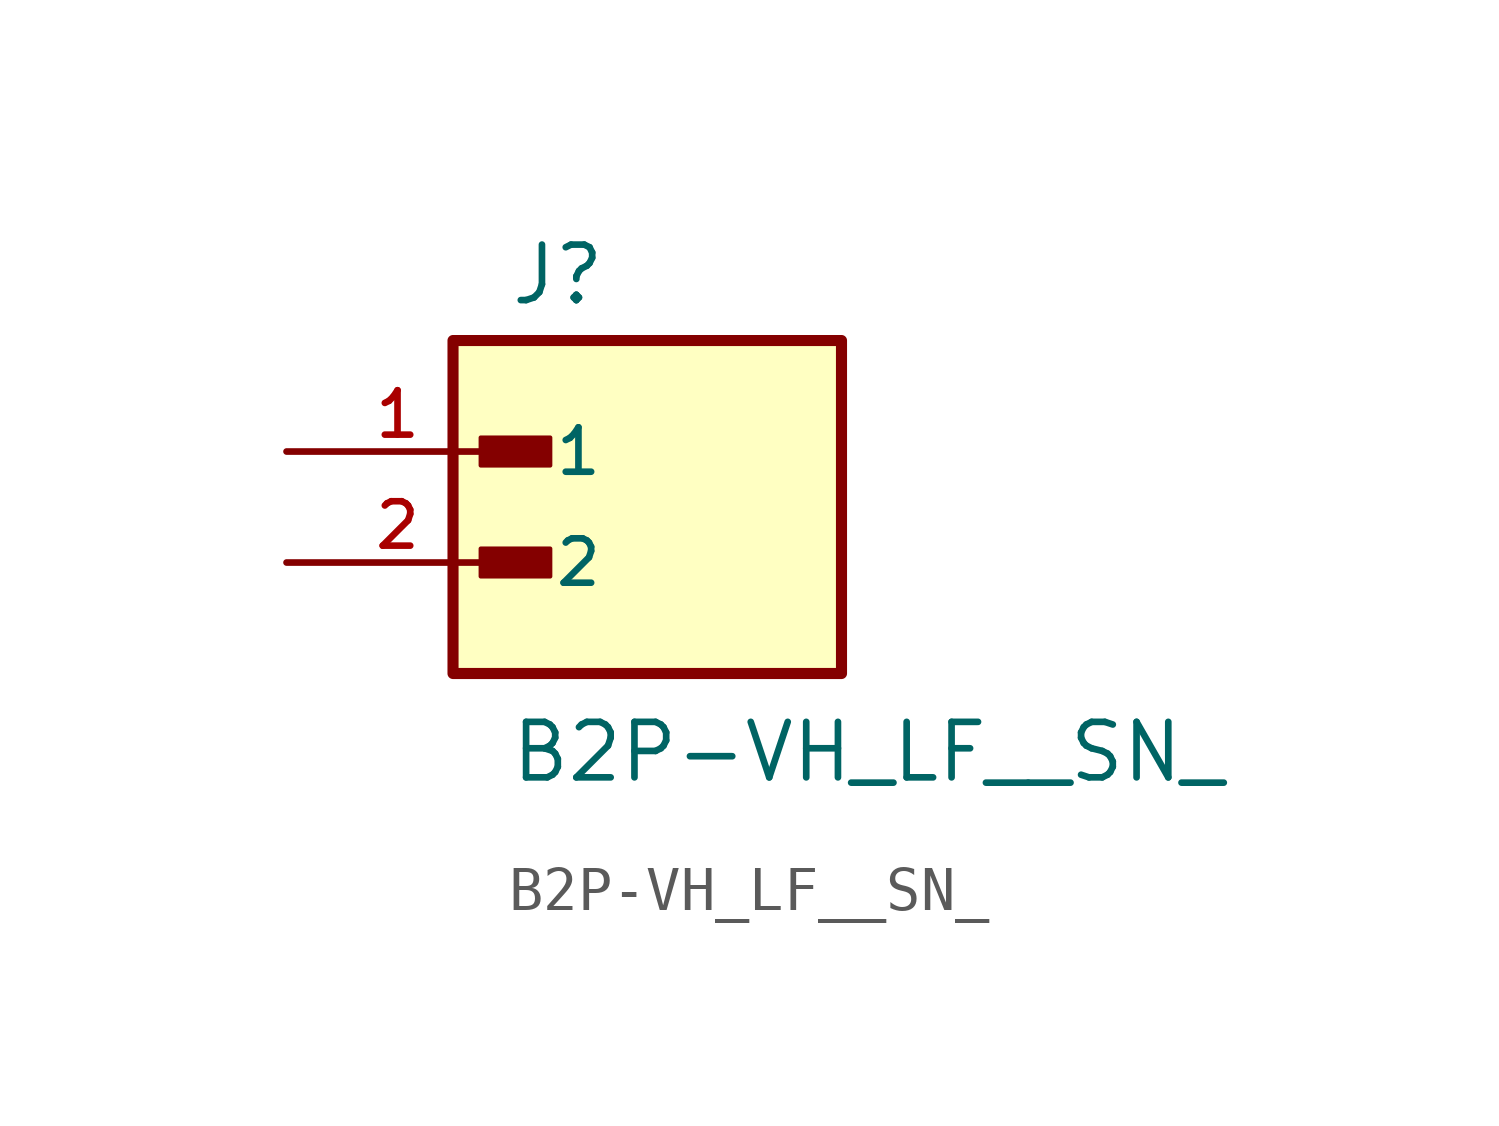
<source format=kicad_sym>
(kicad_symbol_lib
  (version 20211014)
  (generator kicad_symbol_editor)
  (symbol "B2P-VH_LF__SN_"
    (pin_names
      (offset 1.016))
    (property "Reference" "J"
      (at -2.54 3.302 0)
      (effects (font (size 1.27 1.27)) (justify bottom left)))
    (property "Value" "B2P-VH_LF__SN_"
      (at -2.54 -7.62 0)
      (effects (font (size 1.27 1.27)) (justify bottom left)))
    (symbol "B2P-VH_LF__SN__0_0"
      (rectangle (start -3.175 -0.318) (end -1.587 0.318) (stroke (width 0.1)) (fill (type outline)))
      (rectangle (start -3.175 -2.857) (end -1.587 -2.223) (stroke (width 0.1)) (fill (type outline)))
      (rectangle (start -3.81 -5.08) (end 5.08 2.54) (stroke (width 0.254)) (fill (type background)))
      (pin passive line (at -7.62 0.0 0) (length 5.08) (name "1" (effects (font (size 1.016 1.016)))) (number "1" (effects (font (size 1.016 1.016)))))
      (pin passive line (at -7.62 -2.54 0) (length 5.08) (name "2" (effects (font (size 1.016 1.016)))) (number "2" (effects (font (size 1.016 1.016))))))))
</source>
